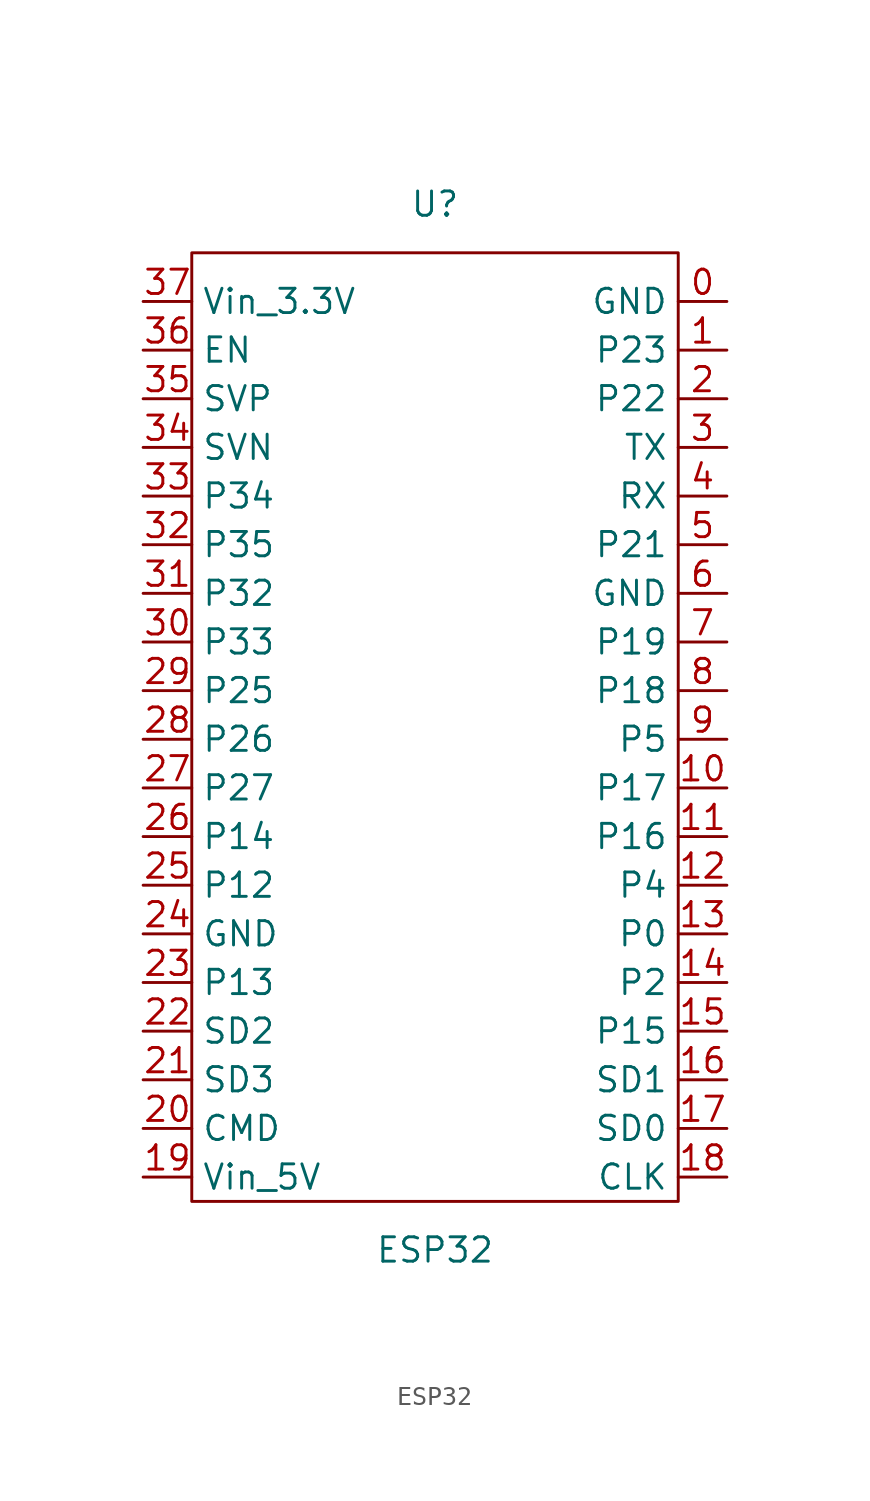
<source format=kicad_sym>
(kicad_symbol_lib
  (version 20211014)
  (generator kicad_symbol_editor)
  (symbol "ESP32"
    (property "Reference" "U"
      (at 0 55.88 0)
      (effects (font (size 1.27 1.27))))
    (property "Value" "ESP32"
      (at 0 1.27 0)
      (effects (font (size 1.27 1.27))))
    (symbol "ESP32_0_1"
      (rectangle (start -12.7 53.34) (end 12.7 3.81) (stroke (width 0) (type default) (color 0 0 0 0)) (fill (type none))))
    (symbol "ESP32_1_1"
      (pin unspecified line (at 15.24 50.8 180) (length 2.54) (name "GND" (effects (font (size 1.27 1.27)))) (number "0" (effects (font (size 1.27 1.27)))))
      (pin unspecified line (at 15.24 48.26 180) (length 2.54) (name "P23" (effects (font (size 1.27 1.27)))) (number "1" (effects (font (size 1.27 1.27)))))
      (pin unspecified line (at 15.24 25.4 180) (length 2.54) (name "P17" (effects (font (size 1.27 1.27)))) (number "10" (effects (font (size 1.27 1.27)))))
      (pin unspecified line (at 15.24 22.86 180) (length 2.54) (name "P16" (effects (font (size 1.27 1.27)))) (number "11" (effects (font (size 1.27 1.27)))))
      (pin unspecified line (at 15.24 20.32 180) (length 2.54) (name "P4" (effects (font (size 1.27 1.27)))) (number "12" (effects (font (size 1.27 1.27)))))
      (pin unspecified line (at 15.24 17.78 180) (length 2.54) (name "P0" (effects (font (size 1.27 1.27)))) (number "13" (effects (font (size 1.27 1.27)))))
      (pin unspecified line (at 15.24 15.24 180) (length 2.54) (name "P2" (effects (font (size 1.27 1.27)))) (number "14" (effects (font (size 1.27 1.27)))))
      (pin unspecified line (at 15.24 12.7 180) (length 2.54) (name "P15" (effects (font (size 1.27 1.27)))) (number "15" (effects (font (size 1.27 1.27)))))
      (pin unspecified line (at 15.24 10.16 180) (length 2.54) (name "SD1" (effects (font (size 1.27 1.27)))) (number "16" (effects (font (size 1.27 1.27)))))
      (pin unspecified line (at 15.24 7.62 180) (length 2.54) (name "SD0" (effects (font (size 1.27 1.27)))) (number "17" (effects (font (size 1.27 1.27)))))
      (pin unspecified line (at 15.24 5.08 180) (length 2.54) (name "CLK" (effects (font (size 1.27 1.27)))) (number "18" (effects (font (size 1.27 1.27)))))
      (pin unspecified line (at -15.24 5.08 0) (length 2.54) (name "Vin_5V" (effects (font (size 1.27 1.27)))) (number "19" (effects (font (size 1.27 1.27)))))
      (pin unspecified line (at 15.24 45.72 180) (length 2.54) (name "P22" (effects (font (size 1.27 1.27)))) (number "2" (effects (font (size 1.27 1.27)))))
      (pin unspecified line (at -15.24 7.62 0) (length 2.54) (name "CMD" (effects (font (size 1.27 1.27)))) (number "20" (effects (font (size 1.27 1.27)))))
      (pin unspecified line (at -15.24 10.16 0) (length 2.54) (name "SD3" (effects (font (size 1.27 1.27)))) (number "21" (effects (font (size 1.27 1.27)))))
      (pin unspecified line (at -15.24 12.7 0) (length 2.54) (name "SD2" (effects (font (size 1.27 1.27)))) (number "22" (effects (font (size 1.27 1.27)))))
      (pin unspecified line (at -15.24 15.24 0) (length 2.54) (name "P13" (effects (font (size 1.27 1.27)))) (number "23" (effects (font (size 1.27 1.27)))))
      (pin unspecified line (at -15.24 17.78 0) (length 2.54) (name "GND" (effects (font (size 1.27 1.27)))) (number "24" (effects (font (size 1.27 1.27)))))
      (pin unspecified line (at -15.24 20.32 0) (length 2.54) (name "P12" (effects (font (size 1.27 1.27)))) (number "25" (effects (font (size 1.27 1.27)))))
      (pin unspecified line (at -15.24 22.86 0) (length 2.54) (name "P14" (effects (font (size 1.27 1.27)))) (number "26" (effects (font (size 1.27 1.27)))))
      (pin unspecified line (at -15.24 25.4 0) (length 2.54) (name "P27" (effects (font (size 1.27 1.27)))) (number "27" (effects (font (size 1.27 1.27)))))
      (pin unspecified line (at -15.24 27.94 0) (length 2.54) (name "P26" (effects (font (size 1.27 1.27)))) (number "28" (effects (font (size 1.27 1.27)))))
      (pin unspecified line (at -15.24 30.48 0) (length 2.54) (name "P25" (effects (font (size 1.27 1.27)))) (number "29" (effects (font (size 1.27 1.27)))))
      (pin unspecified line (at 15.24 43.18 180) (length 2.54) (name "TX" (effects (font (size 1.27 1.27)))) (number "3" (effects (font (size 1.27 1.27)))))
      (pin unspecified line (at -15.24 33.02 0) (length 2.54) (name "P33" (effects (font (size 1.27 1.27)))) (number "30" (effects (font (size 1.27 1.27)))))
      (pin unspecified line (at -15.24 35.56 0) (length 2.54) (name "P32" (effects (font (size 1.27 1.27)))) (number "31" (effects (font (size 1.27 1.27)))))
      (pin unspecified line (at -15.24 38.1 0) (length 2.54) (name "P35" (effects (font (size 1.27 1.27)))) (number "32" (effects (font (size 1.27 1.27)))))
      (pin unspecified line (at -15.24 40.64 0) (length 2.54) (name "P34" (effects (font (size 1.27 1.27)))) (number "33" (effects (font (size 1.27 1.27)))))
      (pin unspecified line (at -15.24 43.18 0) (length 2.54) (name "SVN" (effects (font (size 1.27 1.27)))) (number "34" (effects (font (size 1.27 1.27)))))
      (pin unspecified line (at -15.24 45.72 0) (length 2.54) (name "SVP" (effects (font (size 1.27 1.27)))) (number "35" (effects (font (size 1.27 1.27)))))
      (pin unspecified line (at -15.24 48.26 0) (length 2.54) (name "EN" (effects (font (size 1.27 1.27)))) (number "36" (effects (font (size 1.27 1.27)))))
      (pin unspecified line (at -15.24 50.8 0) (length 2.54) (name "Vin_3.3V" (effects (font (size 1.27 1.27)))) (number "37" (effects (font (size 1.27 1.27)))))
      (pin unspecified line (at 15.24 40.64 180) (length 2.54) (name "RX" (effects (font (size 1.27 1.27)))) (number "4" (effects (font (size 1.27 1.27)))))
      (pin unspecified line (at 15.24 38.1 180) (length 2.54) (name "P21" (effects (font (size 1.27 1.27)))) (number "5" (effects (font (size 1.27 1.27)))))
      (pin unspecified line (at 15.24 35.56 180) (length 2.54) (name "GND" (effects (font (size 1.27 1.27)))) (number "6" (effects (font (size 1.27 1.27)))))
      (pin unspecified line (at 15.24 33.02 180) (length 2.54) (name "P19" (effects (font (size 1.27 1.27)))) (number "7" (effects (font (size 1.27 1.27)))))
      (pin unspecified line (at 15.24 30.48 180) (length 2.54) (name "P18" (effects (font (size 1.27 1.27)))) (number "8" (effects (font (size 1.27 1.27)))))
      (pin unspecified line (at 15.24 27.94 180) (length 2.54) (name "P5" (effects (font (size 1.27 1.27)))) (number "9" (effects (font (size 1.27 1.27))))))))
</source>
